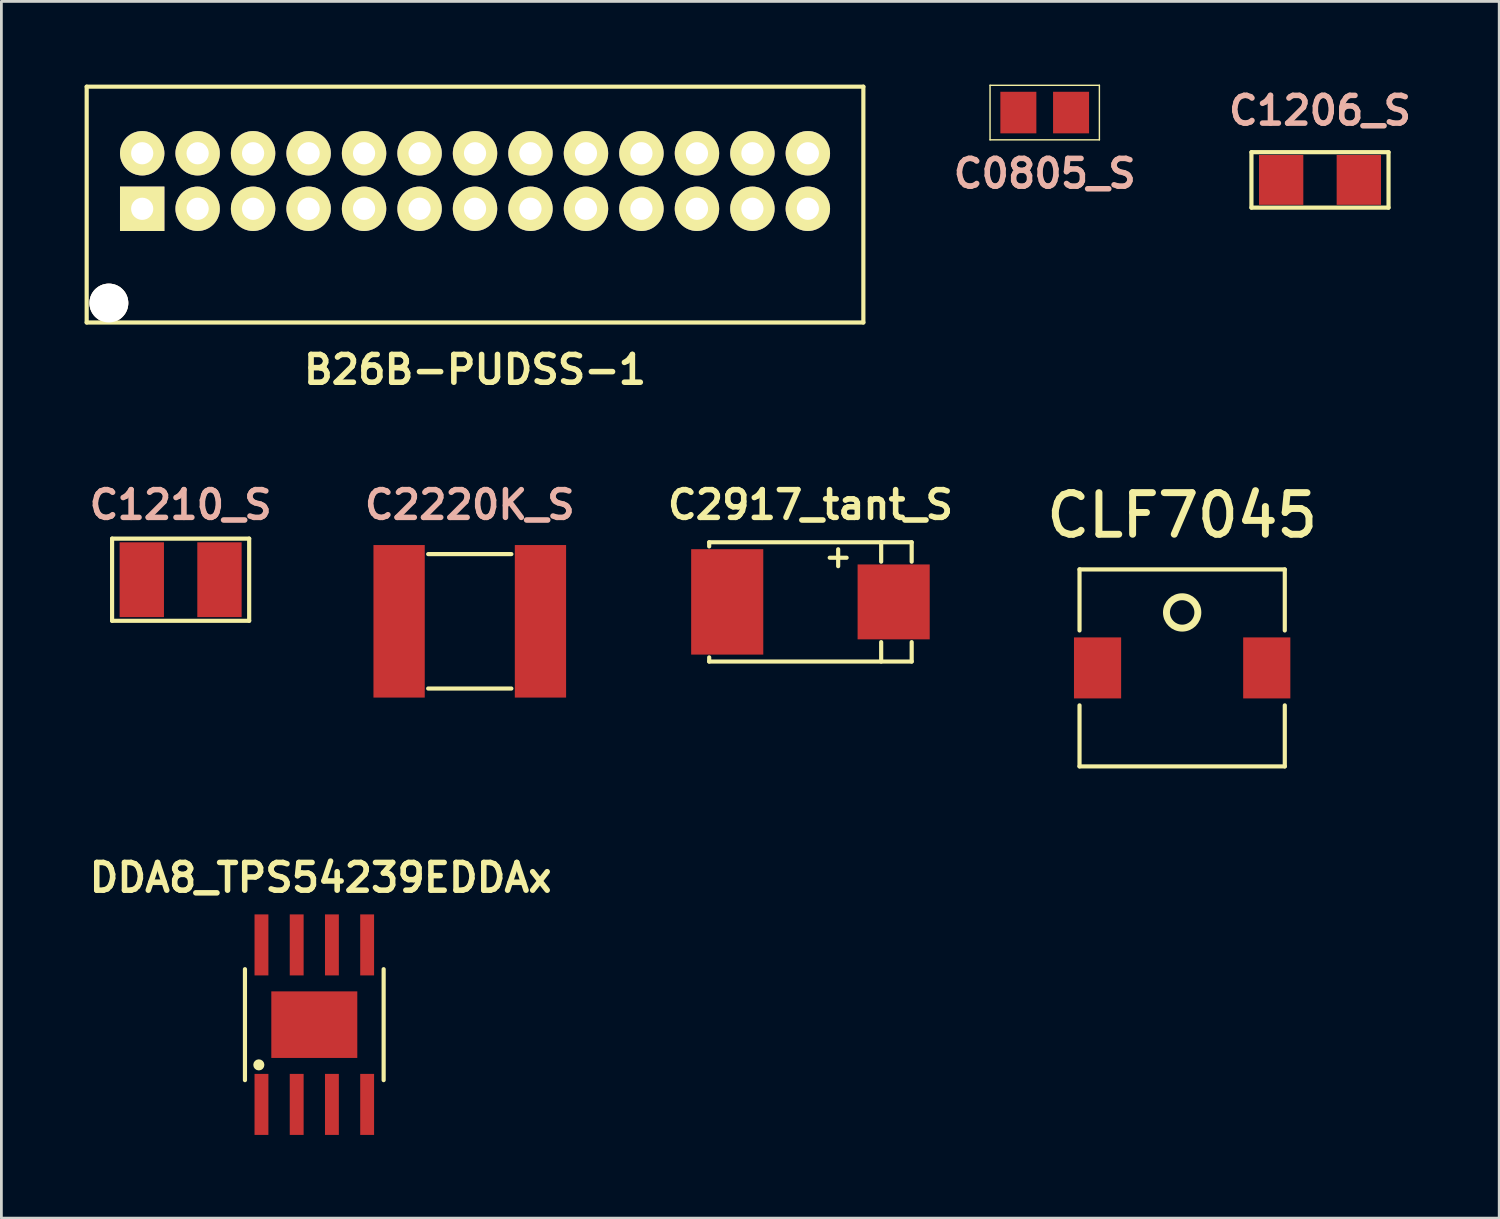
<source format=kicad_pcb>
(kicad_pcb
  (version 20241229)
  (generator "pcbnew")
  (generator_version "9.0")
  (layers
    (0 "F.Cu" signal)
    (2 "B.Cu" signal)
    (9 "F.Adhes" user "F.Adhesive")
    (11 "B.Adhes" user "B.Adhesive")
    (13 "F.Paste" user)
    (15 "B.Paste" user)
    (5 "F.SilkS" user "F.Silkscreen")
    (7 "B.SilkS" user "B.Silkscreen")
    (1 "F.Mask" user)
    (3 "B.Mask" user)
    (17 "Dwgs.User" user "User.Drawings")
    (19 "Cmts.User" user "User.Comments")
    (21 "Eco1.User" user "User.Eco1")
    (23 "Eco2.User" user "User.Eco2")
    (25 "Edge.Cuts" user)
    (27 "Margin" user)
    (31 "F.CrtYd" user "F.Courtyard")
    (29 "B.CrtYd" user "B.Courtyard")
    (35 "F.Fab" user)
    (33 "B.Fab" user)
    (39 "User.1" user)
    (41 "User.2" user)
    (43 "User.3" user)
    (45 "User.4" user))
  (footprint "C1210_S"
    (layer "F.Cu")
    (at 3.462 17.849)
    (property "Reference" "C1210_S" (at 0 -2.7 0) (layer "B.SilkS") (effects (font (size 1 1) (thickness 0.2))))
    (attr smd)
    (fp_line (start -2.471 -1.481) (end 2.471 -1.481) (stroke (width 0.15) (type solid)) (layer "F.SilkS"))
    (fp_line (start -2.471 1.481) (end -2.471 -1.481) (stroke (width 0.15) (type solid)) (layer "F.SilkS"))
    (fp_line (start 2.471 -1.481) (end 2.471 1.481) (stroke (width 0.15) (type solid)) (layer "F.SilkS"))
    (fp_line (start 2.471 1.481) (end -2.471 1.481) (stroke (width 0.15) (type solid)) (layer "F.SilkS"))
    (pad "1" smd rect (at -1.4 0) (size 1.598 2.697) (layers "F.Cu" "F.Mask" "F.Paste"))
    (pad "2" smd rect (at 1.4 0) (size 1.598 2.697) (layers "F.Cu" "F.Mask" "F.Paste")))
  (footprint "C1206_S"
    (layer "F.Cu")
    (at 44.537 3.436)
    (property "Reference" "C1206_S" (at 0 -2.5 0) (layer "B.SilkS") (effects (font (size 1 1) (thickness 0.2))))
    (attr smd)
    (fp_line (start -2.471 -1) (end 2.471 -1) (stroke (width 0.15) (type solid)) (layer "F.SilkS"))
    (fp_line (start -2.471 1) (end -2.471 -1) (stroke (width 0.15) (type solid)) (layer "F.SilkS"))
    (fp_line (start 2.471 -1) (end 2.471 1) (stroke (width 0.15) (type solid)) (layer "F.SilkS"))
    (fp_line (start 2.471 1) (end -2.471 1) (stroke (width 0.15) (type solid)) (layer "F.SilkS"))
    (pad "1" smd rect (at -1.4 0) (size 1.598 1.798) (layers "F.Cu" "F.Mask" "F.Paste"))
    (pad "2" smd rect (at 1.4 0) (size 1.598 1.798) (layers "F.Cu" "F.Mask" "F.Paste")))
  (footprint "B26B-PUDSS-1"
    (layer "F.Cu")
    (at 14.075 3.476)
    (property "Reference" "B26B-PUDSS-1" (at 0 6.8 0) (layer "F.SilkS") (effects (font (size 1.001 1.001) (thickness 0.201))))
    (attr through_hole)
    (fp_line (start -14 -3.401) (end -14 5.1) (stroke (width 0.15) (type solid)) (layer "F.SilkS"))
    (fp_line (start -14 -3.401) (end 14 -3.401) (stroke (width 0.15) (type solid)) (layer "F.SilkS"))
    (fp_line (start -14 5.1) (end 14 5.1) (stroke (width 0.15) (type solid)) (layer "F.SilkS"))
    (fp_line (start 14 -3.401) (end 14 5.1) (stroke (width 0.15) (type solid)) (layer "F.SilkS"))
    (pad "" thru_hole circle (at -13.2 4.399) (size 1.4 1.4) (drill 1.4) (layers "*.Cu" "*.Mask" "F.SilkS"))
    (pad "1" thru_hole rect (at -11.999 1.001) (size 1.6 1.6) (drill 0.8) (layers "*.Cu" "*.Mask" "F.SilkS"))
    (pad "2" thru_hole circle (at -11.999 -1.001) (size 1.6 1.6) (drill 0.8) (layers "*.Cu" "*.Mask" "F.SilkS"))
    (pad "3" thru_hole circle (at -10 1.001) (size 1.6 1.6) (drill 0.8) (layers "*.Cu" "*.Mask" "F.SilkS"))
    (pad "4" thru_hole circle (at -10 -1.001) (size 1.6 1.6) (drill 0.8) (layers "*.Cu" "*.Mask" "F.SilkS"))
    (pad "5" thru_hole circle (at -8.001 1.001) (size 1.6 1.6) (drill 0.8) (layers "*.Cu" "*.Mask" "F.SilkS"))
    (pad "6" thru_hole circle (at -8.001 -1.001) (size 1.6 1.6) (drill 0.8) (layers "*.Cu" "*.Mask" "F.SilkS"))
    (pad "7" thru_hole circle (at -5.999 1.001) (size 1.6 1.6) (drill 0.8) (layers "*.Cu" "*.Mask" "F.SilkS"))
    (pad "8" thru_hole circle (at -5.999 -1.001) (size 1.6 1.6) (drill 0.8) (layers "*.Cu" "*.Mask" "F.SilkS"))
    (pad "9" thru_hole circle (at -4 1.001) (size 1.6 1.6) (drill 0.8) (layers "*.Cu" "*.Mask" "F.SilkS"))
    (pad "10" thru_hole circle (at -4 -1.001) (size 1.6 1.6) (drill 0.8) (layers "*.Cu" "*.Mask" "F.SilkS"))
    (pad "11" thru_hole circle (at -1.999 1.001) (size 1.6 1.6) (drill 0.8) (layers "*.Cu" "*.Mask" "F.SilkS"))
    (pad "12" thru_hole circle (at -1.999 -1.001) (size 1.6 1.6) (drill 0.8) (layers "*.Cu" "*.Mask" "F.SilkS"))
    (pad "13" thru_hole circle (at 0 1.001) (size 1.6 1.6) (drill 0.8) (layers "*.Cu" "*.Mask" "F.SilkS"))
    (pad "14" thru_hole circle (at 0 -1.001) (size 1.6 1.6) (drill 0.8) (layers "*.Cu" "*.Mask" "F.SilkS"))
    (pad "15" thru_hole circle (at 1.999 1.001) (size 1.6 1.6) (drill 0.8) (layers "*.Cu" "*.Mask" "F.SilkS"))
    (pad "16" thru_hole circle (at 1.999 -1.001) (size 1.6 1.6) (drill 0.8) (layers "*.Cu" "*.Mask" "F.SilkS"))
    (pad "17" thru_hole circle (at 4 1.001) (size 1.6 1.6) (drill 0.8) (layers "*.Cu" "*.Mask" "F.SilkS"))
    (pad "18" thru_hole circle (at 4 -1.001) (size 1.6 1.6) (drill 0.8) (layers "*.Cu" "*.Mask" "F.SilkS"))
    (pad "19" thru_hole circle (at 5.999 1.001) (size 1.6 1.6) (drill 0.8) (layers "*.Cu" "*.Mask" "F.SilkS"))
    (pad "20" thru_hole circle (at 5.999 -1.001) (size 1.6 1.6) (drill 0.8) (layers "*.Cu" "*.Mask" "F.SilkS"))
    (pad "21" thru_hole circle (at 8.001 1.001) (size 1.6 1.6) (drill 0.8) (layers "*.Cu" "*.Mask" "F.SilkS"))
    (pad "22" thru_hole circle (at 8.001 -1.001) (size 1.6 1.6) (drill 0.8) (layers "*.Cu" "*.Mask" "F.SilkS"))
    (pad "23" thru_hole circle (at 10 1.001) (size 1.6 1.6) (drill 0.8) (layers "*.Cu" "*.Mask" "F.SilkS"))
    (pad "24" thru_hole circle (at 10 -1.001) (size 1.6 1.6) (drill 0.8) (layers "*.Cu" "*.Mask" "F.SilkS"))
    (pad "25" thru_hole circle (at 11.999 1.001) (size 1.6 1.6) (drill 0.8) (layers "*.Cu" "*.Mask" "F.SilkS"))
    (pad "26" thru_hole circle (at 11.999 -1.001) (size 1.6 1.6) (drill 0.8) (layers "*.Cu" "*.Mask" "F.SilkS")))
  (footprint "C2917_tant_S"
    (layer "F.Cu")
    (at 26.167 18.649)
    (property "Reference" "C2917_tant_S" (at 0 -3.5 0) (layer "F.SilkS") (effects (font (size 1 1) (thickness 0.2))))
    (attr through_hole)
    (fp_line (start -3.65 -2.15) (end -3.65 -2) (stroke (width 0.15) (type solid)) (layer "F.SilkS"))
    (fp_line (start -3.65 2.15) (end -3.65 2) (stroke (width 0.15) (type solid)) (layer "F.SilkS"))
    (fp_line (start -3.65 2.15) (end 3.65 2.15) (stroke (width 0.15) (type solid)) (layer "F.SilkS"))
    (fp_line (start 2.55 -2.15) (end 2.55 -1.45) (stroke (width 0.15) (type solid)) (layer "F.SilkS"))
    (fp_line (start 2.55 1.45) (end 2.55 2.15) (stroke (width 0.15) (type solid)) (layer "F.SilkS"))
    (fp_line (start 3.65 -2.15) (end -3.65 -2.15) (stroke (width 0.15) (type solid)) (layer "F.SilkS"))
    (fp_line (start 3.65 -1.45) (end 3.65 -2.15) (stroke (width 0.15) (type solid)) (layer "F.SilkS"))
    (fp_line (start 3.65 2.15) (end 3.65 1.45) (stroke (width 0.15) (type solid)) (layer "F.SilkS"))
    (fp_text user "+" (at 1 -1.65 0) (layer "F.SilkS") (effects (font (size 0.8 0.8) (thickness 0.15))))
    (pad "1" smd rect (at 3 0) (size 2.6 2.7) (layers "F.Cu" "F.Mask" "F.Paste"))
    (pad "2" smd rect (at -3 0) (size 2.6 3.8) (layers "F.Cu" "F.Mask" "F.Paste")))
  (footprint "C0805_S"
    (layer "F.Cu")
    (at 34.613 1.008)
    (property "Reference" "C0805_S" (at 0 2.2 0) (layer "B.SilkS") (effects (font (size 1 1) (thickness 0.2))))
    (attr smd)
    (fp_line (start -1.971 -0.983) (end 1.971 -0.983) (stroke (width 0.051) (type solid)) (layer "F.SilkS"))
    (fp_line (start -1.971 0.983) (end -1.971 -0.983) (stroke (width 0.051) (type solid)) (layer "F.SilkS"))
    (fp_line (start 1.971 -0.983) (end 1.971 0.983) (stroke (width 0.051) (type solid)) (layer "F.SilkS"))
    (fp_line (start 1.971 0.983) (end -1.971 0.983) (stroke (width 0.051) (type solid)) (layer "F.SilkS"))
    (pad "1" smd rect (at -0.95 0) (size 1.298 1.499) (layers "F.Cu" "F.Mask" "F.Paste"))
    (pad "2" smd rect (at 0.95 0) (size 1.298 1.499) (layers "F.Cu" "F.Mask" "F.Paste")))
  (footprint "DDA8_TPS54239EDDAx"
    (layer "F.Cu")
    (at 8.281 33.89)
    (property "Reference" "DDA8_TPS54239EDDAx" (at 0.229 -5.3 0) (layer "F.SilkS") (effects (font (size 1 1) (thickness 0.2))))
    (attr through_hole)
    (fp_line (start -2.5 -2) (end -2.5 2) (stroke (width 0.15) (type solid)) (layer "F.SilkS"))
    (fp_line (start 2.5 -2) (end 2.5 2) (stroke (width 0.15) (type solid)) (layer "F.SilkS"))
    (fp_circle (center -2 1.45) (end -1.9 1.45) (stroke (width 0.2) (type solid)) (fill no) (layer "F.SilkS"))
    (pad "1" smd rect (at -1.905 2.875) (size 0.5 2.2) (layers "F.Cu" "F.Mask" "F.Paste"))
    (pad "2" smd rect (at -0.635 2.875) (size 0.5 2.2) (layers "F.Cu" "F.Mask" "F.Paste"))
    (pad "3" smd rect (at 0.635 2.875) (size 0.5 2.2) (layers "F.Cu" "F.Mask" "F.Paste"))
    (pad "4" smd rect (at 1.905 2.875) (size 0.5 2.2) (layers "F.Cu" "F.Mask" "F.Paste"))
    (pad "5" smd rect (at 1.905 -2.875) (size 0.5 2.2) (layers "F.Cu" "F.Mask" "F.Paste"))
    (pad "6" smd rect (at 0.635 -2.875) (size 0.5 2.2) (layers "F.Cu" "F.Mask" "F.Paste"))
    (pad "7" smd rect (at -0.635 -2.875) (size 0.5 2.2) (layers "F.Cu" "F.Mask" "F.Paste"))
    (pad "8" smd rect (at -1.905 -2.875) (size 0.5 2.2) (layers "F.Cu" "F.Mask" "F.Paste"))
    (pad "9" smd rect (at 0 0) (size 3.1 2.4) (layers "F.Cu" "F.Mask" "F.Paste")))
  (footprint "CLF7045"
    (layer "F.Cu")
    (at 39.568 21.029)
    (property "Reference" "CLF7045" (at 0 -5.5 0) (layer "F.SilkS") (effects (font (size 1.5 1.5) (thickness 0.25))))
    (attr through_hole)
    (fp_line (start -3.7 -3.555) (end -3.7 -1.35) (stroke (width 0.15) (type solid)) (layer "F.SilkS"))
    (fp_line (start -3.7 1.35) (end -3.7 3.55) (stroke (width 0.15) (type solid)) (layer "F.SilkS"))
    (fp_line (start -3.7 3.55) (end 3.7 3.55) (stroke (width 0.15) (type solid)) (layer "F.SilkS"))
    (fp_line (start 3.7 -3.55) (end -3.7 -3.55) (stroke (width 0.15) (type solid)) (layer "F.SilkS"))
    (fp_line (start 3.7 -3.55) (end 3.7 -1.35) (stroke (width 0.15) (type solid)) (layer "F.SilkS"))
    (fp_line (start 3.7 1.35) (end 3.7 3.55) (stroke (width 0.15) (type solid)) (layer "F.SilkS"))
    (fp_circle (center 0 -2) (end 0.4 -1.6) (stroke (width 0.25) (type solid)) (fill no) (layer "F.SilkS"))
    (pad "1" smd rect (at -3.05 0) (size 1.7 2.2) (layers "F.Cu" "F.Mask" "F.Paste"))
    (pad "2" smd rect (at 3.05 0) (size 1.7 2.2) (layers "F.Cu" "F.Mask" "F.Paste")))
  (footprint "C2220K_S"
    (layer "F.Cu")
    (at 13.886 19.349)
    (property "Reference" "C2220K_S" (at 0 -4.2 0) (layer "B.SilkS") (effects (font (size 1 1) (thickness 0.2))))
    (attr smd)
    (fp_line (start -1.5 -2.423) (end 1.5 -2.423) (stroke (width 0.15) (type solid)) (layer "F.SilkS"))
    (fp_line (start -1.5 2.423) (end 1.5 2.423) (stroke (width 0.15) (type solid)) (layer "F.SilkS"))
    (pad "1" smd rect (at -2.548 0) (size 1.849 5.499) (layers "F.Cu" "F.Mask" "F.Paste"))
    (pad "2" smd rect (at 2.548 0) (size 1.849 5.499) (layers "F.Cu" "F.Mask" "F.Paste")))
  (gr_rect
    (start -3 -3)
    (end 50.998 40.865)
    (stroke (width 0.1) (type default))
    (fill no)
    (layer "Edge.Cuts")))
</source>
